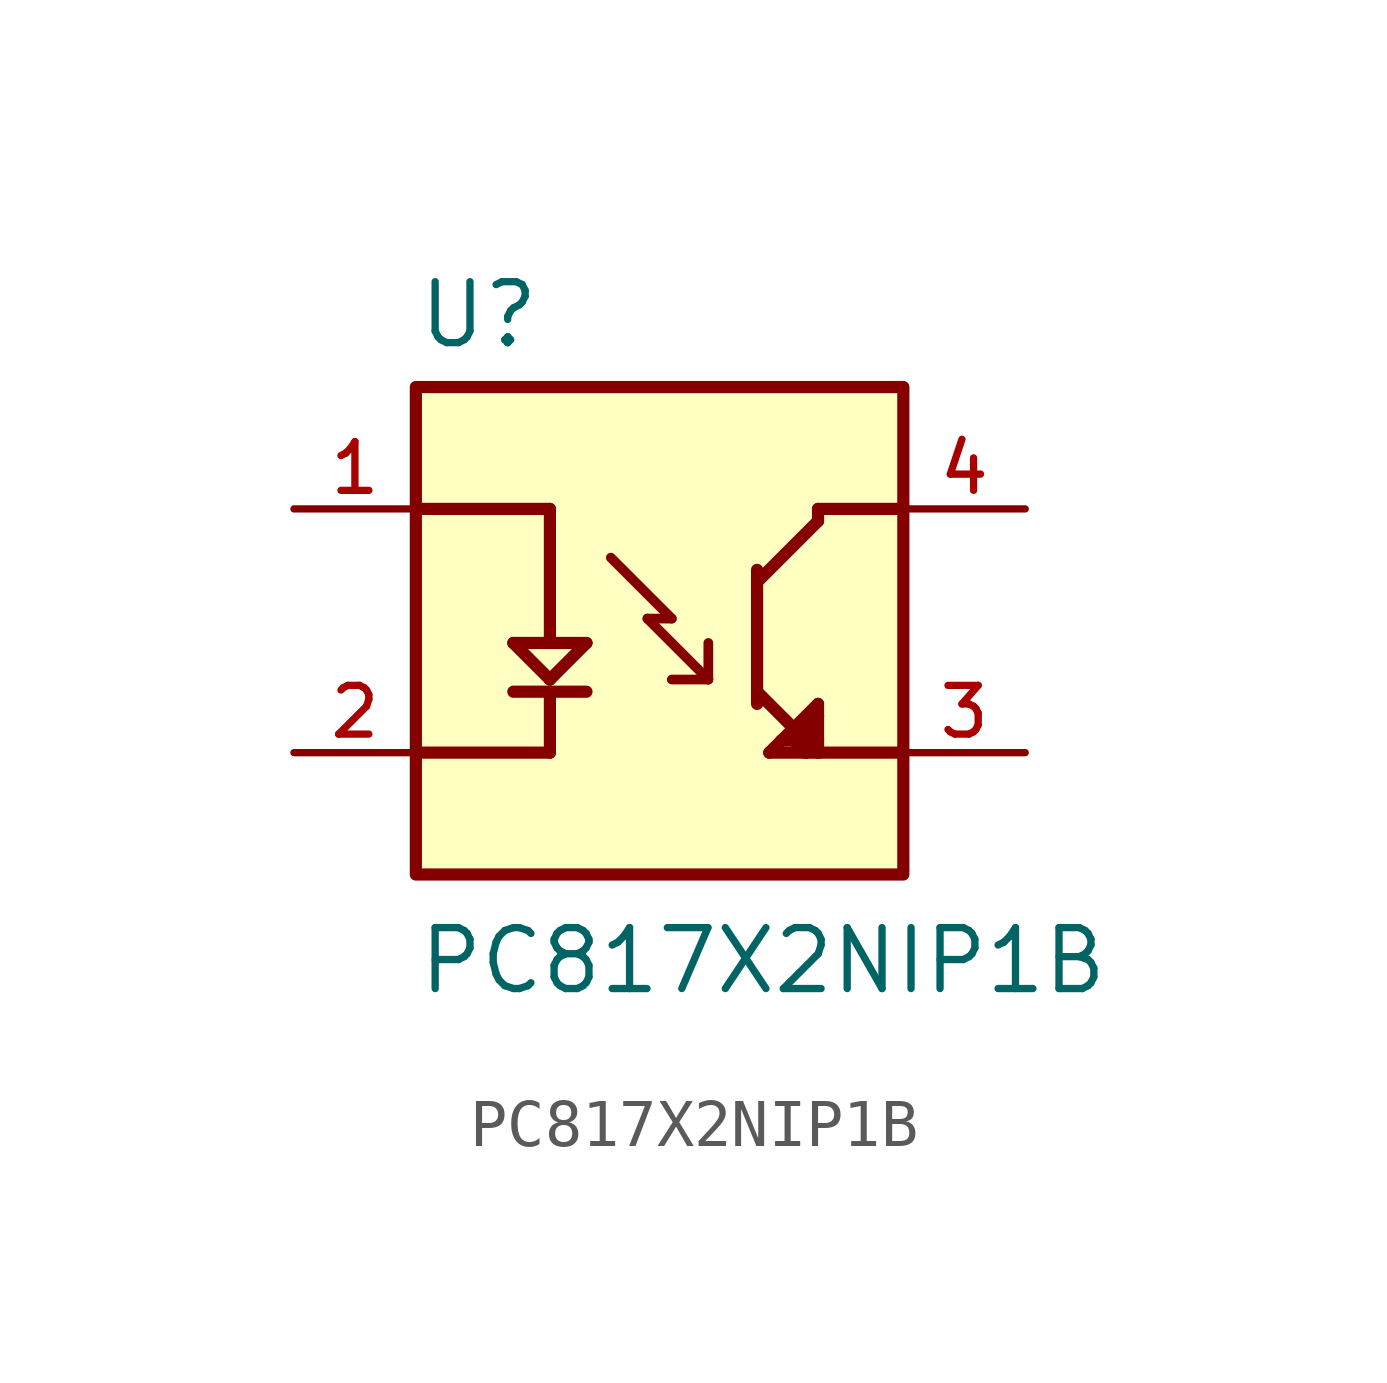
<source format=kicad_sym>
(kicad_symbol_lib
  (version 20211014)
  (generator kicad_symbol_editor)
  (symbol "PC817X2NIP1B"
    (pin_names
      (offset 1.016))
    (property "Reference" "U"
      (at -5.08 5.842 0)
      (effects (font (size 1.27 1.27)) (justify bottom left)))
    (property "Value" "PC817X2NIP1B"
      (at -5.08 -7.62 0)
      (effects (font (size 1.27 1.27)) (justify bottom left)))
    (symbol "PC817X2NIP1B_0_0"
      (polyline (pts (xy -5.08 2.54) (xy -2.286 2.54)) (stroke (width 0.254)))
      (polyline (pts (xy -2.286 2.54) (xy -2.286 -0.254)) (stroke (width 0.254)))
      (polyline (pts (xy -2.286 -0.254) (xy -1.524 -0.254)) (stroke (width 0.254)))
      (polyline (pts (xy -2.286 -0.254) (xy -3.048 -0.254)) (stroke (width 0.254)))
      (polyline (pts (xy -3.048 -0.254) (xy -2.286 -1.016)) (stroke (width 0.254)))
      (polyline (pts (xy -2.286 -1.016) (xy -1.524 -0.254)) (stroke (width 0.254)))
      (polyline (pts (xy -3.048 -1.27) (xy -1.524 -1.27)) (stroke (width 0.254)))
      (polyline (pts (xy -2.286 -1.27) (xy -2.286 -2.54)) (stroke (width 0.254)))
      (polyline (pts (xy -2.286 -2.54) (xy -5.08 -2.54)) (stroke (width 0.254)))
      (polyline (pts (xy 5.08 2.54) (xy 3.302 2.54)) (stroke (width 0.254)))
      (polyline (pts (xy 3.302 2.54) (xy 3.302 2.286)) (stroke (width 0.254)))
      (polyline (pts (xy 3.302 2.286) (xy 2.032 1.016)) (stroke (width 0.254)))
      (polyline (pts (xy 2.032 1.016) (xy 2.032 -1.27)) (stroke (width 0.254)))
      (polyline (pts (xy 2.032 -1.27) (xy 3.302 -2.54)) (stroke (width 0.254)))
      (polyline (pts (xy 3.302 -2.54) (xy 5.08 -2.54)) (stroke (width 0.254)))
      (polyline (pts (xy 3.302 -2.286) (xy 3.302 -1.778)) (stroke (width 0.254)))
      (polyline (pts (xy 3.302 -1.778) (xy 3.302 -1.524)) (stroke (width 0.254)))
      (polyline (pts (xy 3.302 -1.524) (xy 2.54 -2.286)) (stroke (width 0.254)))
      (polyline (pts (xy 2.54 -2.286) (xy 2.286 -2.54)) (stroke (width 0.254)))
      (polyline (pts (xy 2.286 -2.54) (xy 3.048 -2.54)) (stroke (width 0.254)))
      (polyline (pts (xy 3.048 -2.54) (xy 3.302 -2.54)) (stroke (width 0.254)))
      (polyline (pts (xy 3.302 -2.54) (xy 3.302 -2.286)) (stroke (width 0.254)))
      (polyline (pts (xy 3.302 -2.286) (xy 3.048 -2.032)) (stroke (width 0.254)))
      (polyline (pts (xy 3.048 -2.032) (xy 2.794 -2.286)) (stroke (width 0.254)))
      (polyline (pts (xy 2.54 -2.286) (xy 2.794 -2.286)) (stroke (width 0.254)))
      (polyline (pts (xy 2.794 -2.286) (xy 3.048 -2.54)) (stroke (width 0.254)))
      (polyline (pts (xy 3.048 -2.54) (xy 3.048 -2.032)) (stroke (width 0.254)))
      (polyline (pts (xy 3.048 -2.032) (xy 3.302 -1.778)) (stroke (width 0.254)))
      (polyline (pts (xy 2.032 -1.27) (xy 2.032 -1.524)) (stroke (width 0.254)))
      (polyline (pts (xy 2.032 1.016) (xy 2.032 1.27)) (stroke (width 0.254)))
      (polyline (pts (xy 0.254 0.254) (xy -0.254 0.254)) (stroke (width 0.203)))
      (polyline (pts (xy -0.254 0.254) (xy 1.016 -1.016)) (stroke (width 0.203)))
      (polyline (pts (xy 1.016 -1.016) (xy 1.016 -0.254)) (stroke (width 0.203)))
      (polyline (pts (xy 1.016 -1.016) (xy 0.254 -1.016)) (stroke (width 0.203)))
      (polyline (pts (xy -1.016 1.524) (xy 0.254 0.254)) (stroke (width 0.203)))
      (rectangle (start -5.08 -5.08) (end 5.08 5.08) (stroke (width 0.254)) (fill (type background)))
      (pin passive line (at -7.62 2.54 0) (length 2.54) (name "~" (effects (font (size 1.016 1.016)))) (number "1" (effects (font (size 1.016 1.016)))))
      (pin passive line (at -7.62 -2.54 0) (length 2.54) (name "~" (effects (font (size 1.016 1.016)))) (number "2" (effects (font (size 1.016 1.016)))))
      (pin passive line (at 7.62 2.54 180.0) (length 2.54) (name "~" (effects (font (size 1.016 1.016)))) (number "4" (effects (font (size 1.016 1.016)))))
      (pin passive line (at 7.62 -2.54 180.0) (length 2.54) (name "~" (effects (font (size 1.016 1.016)))) (number "3" (effects (font (size 1.016 1.016))))))))
</source>
